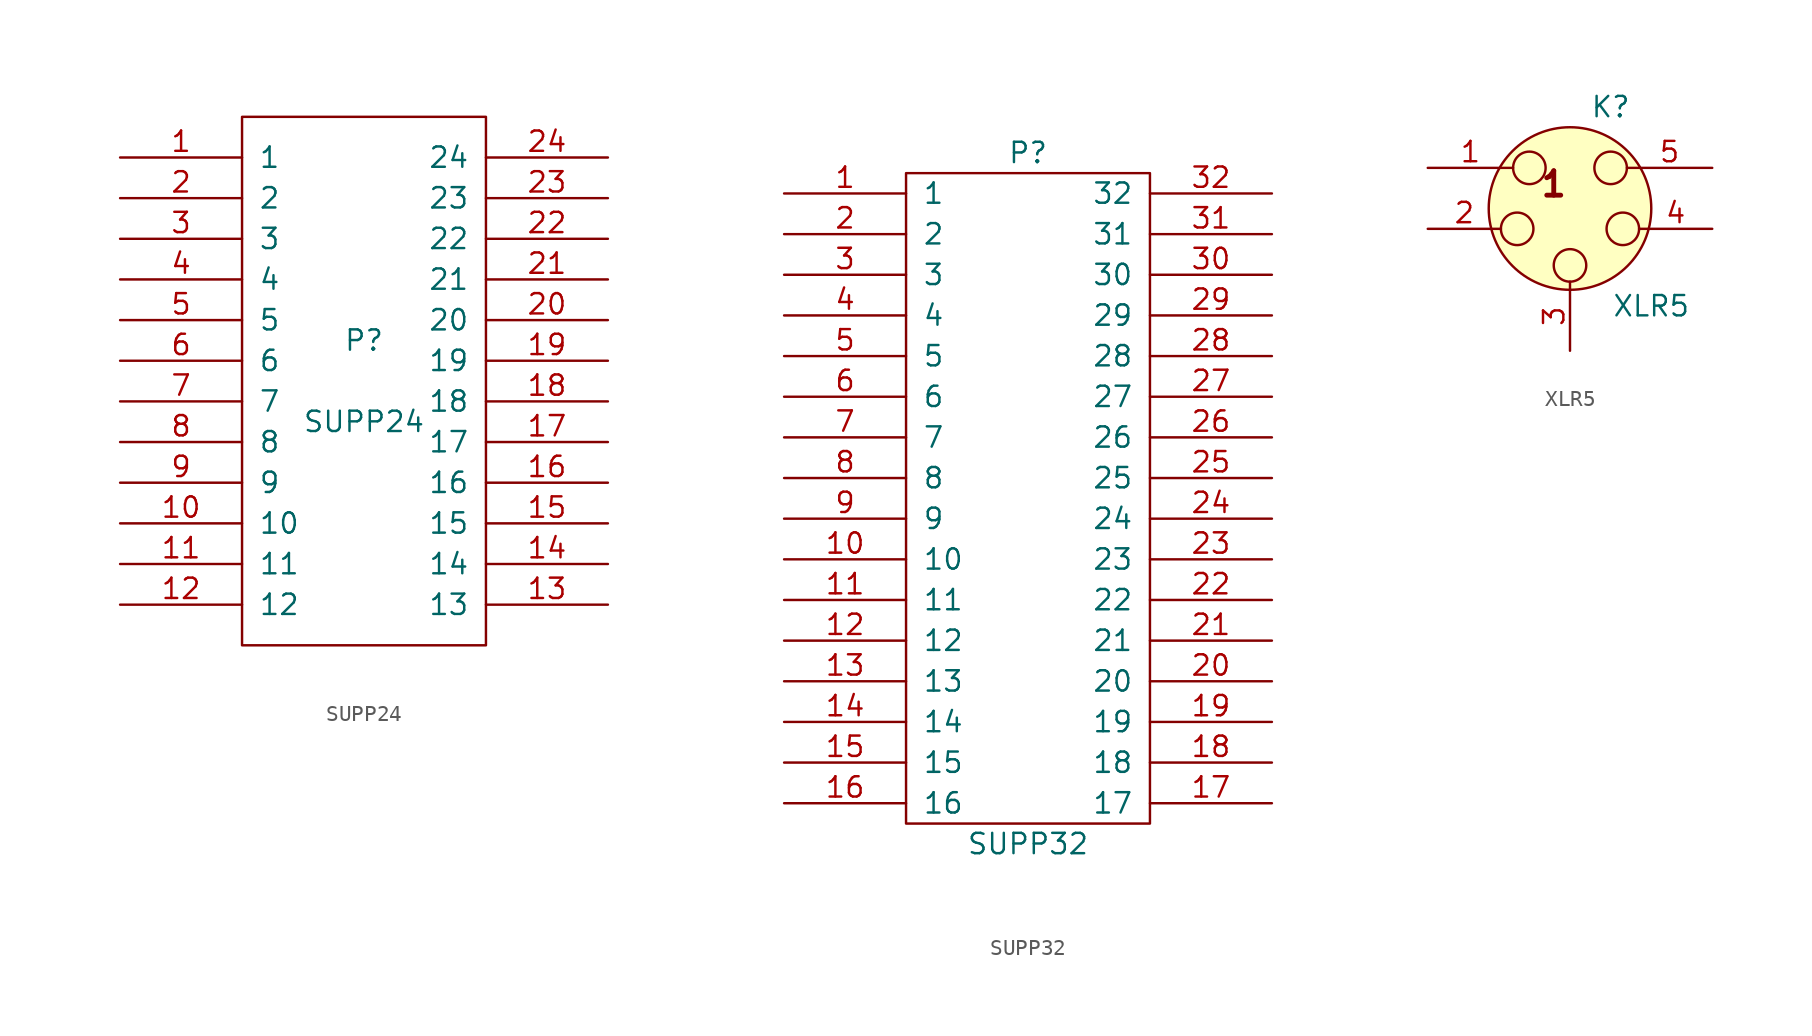
<source format=kicad_sym>
(kicad_symbol_lib
  (version 20231120)
  (generator "kicad_symbol_editor")
  (generator_version "8.0")
  (symbol "SUPP24"
    (pin_names
      (offset 1.016))
    (property "Reference" "P"
      (at 0 2.54 0)
      (effects (font (size 1.27 1.27))))
    (property "Value" "SUPP24"
      (at 0 -2.54 0)
      (effects (font (size 1.27 1.27))))
    (property "Footprint" ""
      (at 0 0 0)
      (effects (font (size 1.27 1.27))))
    (property "Datasheet" ""
      (at 0 0 0)
      (effects (font (size 1.27 1.27))))
    (symbol "SUPP24_0_1"
      (rectangle (start -7.62 -16.51) (end 7.62 16.51) (stroke (width 0) (type solid)) (fill (type none))))
    (symbol "SUPP24_1_1"
      (pin passive line (at -15.24 13.97 0) (length 7.62) (name "1" (effects (font (size 1.27 1.27)))) (number "1" (effects (font (size 1.27 1.27)))))
      (pin passive line (at -15.24 -8.89 0) (length 7.62) (name "10" (effects (font (size 1.27 1.27)))) (number "10" (effects (font (size 1.27 1.27)))))
      (pin passive line (at -15.24 -11.43 0) (length 7.62) (name "11" (effects (font (size 1.27 1.27)))) (number "11" (effects (font (size 1.27 1.27)))))
      (pin passive line (at -15.24 -13.97 0) (length 7.62) (name "12" (effects (font (size 1.27 1.27)))) (number "12" (effects (font (size 1.27 1.27)))))
      (pin passive line (at 15.24 -13.97 180) (length 7.62) (name "13" (effects (font (size 1.27 1.27)))) (number "13" (effects (font (size 1.27 1.27)))))
      (pin passive line (at 15.24 -11.43 180) (length 7.62) (name "14" (effects (font (size 1.27 1.27)))) (number "14" (effects (font (size 1.27 1.27)))))
      (pin passive line (at 15.24 -8.89 180) (length 7.62) (name "15" (effects (font (size 1.27 1.27)))) (number "15" (effects (font (size 1.27 1.27)))))
      (pin passive line (at 15.24 -6.35 180) (length 7.62) (name "16" (effects (font (size 1.27 1.27)))) (number "16" (effects (font (size 1.27 1.27)))))
      (pin passive line (at 15.24 -3.81 180) (length 7.62) (name "17" (effects (font (size 1.27 1.27)))) (number "17" (effects (font (size 1.27 1.27)))))
      (pin passive line (at 15.24 -1.27 180) (length 7.62) (name "18" (effects (font (size 1.27 1.27)))) (number "18" (effects (font (size 1.27 1.27)))))
      (pin passive line (at 15.24 1.27 180) (length 7.62) (name "19" (effects (font (size 1.27 1.27)))) (number "19" (effects (font (size 1.27 1.27)))))
      (pin passive line (at -15.24 11.43 0) (length 7.62) (name "2" (effects (font (size 1.27 1.27)))) (number "2" (effects (font (size 1.27 1.27)))))
      (pin passive line (at 15.24 3.81 180) (length 7.62) (name "20" (effects (font (size 1.27 1.27)))) (number "20" (effects (font (size 1.27 1.27)))))
      (pin passive line (at 15.24 6.35 180) (length 7.62) (name "21" (effects (font (size 1.27 1.27)))) (number "21" (effects (font (size 1.27 1.27)))))
      (pin passive line (at 15.24 8.89 180) (length 7.62) (name "22" (effects (font (size 1.27 1.27)))) (number "22" (effects (font (size 1.27 1.27)))))
      (pin passive line (at 15.24 11.43 180) (length 7.62) (name "23" (effects (font (size 1.27 1.27)))) (number "23" (effects (font (size 1.27 1.27)))))
      (pin passive line (at 15.24 13.97 180) (length 7.62) (name "24" (effects (font (size 1.27 1.27)))) (number "24" (effects (font (size 1.27 1.27)))))
      (pin passive line (at -15.24 8.89 0) (length 7.62) (name "3" (effects (font (size 1.27 1.27)))) (number "3" (effects (font (size 1.27 1.27)))))
      (pin passive line (at -15.24 6.35 0) (length 7.62) (name "4" (effects (font (size 1.27 1.27)))) (number "4" (effects (font (size 1.27 1.27)))))
      (pin passive line (at -15.24 3.81 0) (length 7.62) (name "5" (effects (font (size 1.27 1.27)))) (number "5" (effects (font (size 1.27 1.27)))))
      (pin passive line (at -15.24 1.27 0) (length 7.62) (name "6" (effects (font (size 1.27 1.27)))) (number "6" (effects (font (size 1.27 1.27)))))
      (pin passive line (at -15.24 -1.27 0) (length 7.62) (name "7" (effects (font (size 1.27 1.27)))) (number "7" (effects (font (size 1.27 1.27)))))
      (pin passive line (at -15.24 -3.81 0) (length 7.62) (name "8" (effects (font (size 1.27 1.27)))) (number "8" (effects (font (size 1.27 1.27)))))
      (pin passive line (at -15.24 -6.35 0) (length 7.62) (name "9" (effects (font (size 1.27 1.27)))) (number "9" (effects (font (size 1.27 1.27)))))))
  (symbol "SUPP32"
    (pin_names
      (offset 1.016))
    (property "Reference" "P"
      (at 0 21.59 0)
      (effects (font (size 1.27 1.27))))
    (property "Value" "SUPP32"
      (at 0 -21.59 0)
      (effects (font (size 1.27 1.27))))
    (property "Footprint" ""
      (at 0 0 0)
      (effects (font (size 1.27 1.27))))
    (property "Datasheet" ""
      (at 0 0 0)
      (effects (font (size 1.27 1.27))))
    (symbol "SUPP32_0_1"
      (rectangle (start -7.62 20.32) (end 7.62 -20.32) (stroke (width 0) (type solid)) (fill (type none))))
    (symbol "SUPP32_1_1"
      (pin passive line (at -15.24 19.05 0) (length 7.62) (name "1" (effects (font (size 1.27 1.27)))) (number "1" (effects (font (size 1.27 1.27)))))
      (pin passive line (at -15.24 -3.81 0) (length 7.62) (name "10" (effects (font (size 1.27 1.27)))) (number "10" (effects (font (size 1.27 1.27)))))
      (pin passive line (at -15.24 -6.35 0) (length 7.62) (name "11" (effects (font (size 1.27 1.27)))) (number "11" (effects (font (size 1.27 1.27)))))
      (pin passive line (at -15.24 -8.89 0) (length 7.62) (name "12" (effects (font (size 1.27 1.27)))) (number "12" (effects (font (size 1.27 1.27)))))
      (pin passive line (at -15.24 -11.43 0) (length 7.62) (name "13" (effects (font (size 1.27 1.27)))) (number "13" (effects (font (size 1.27 1.27)))))
      (pin passive line (at -15.24 -13.97 0) (length 7.62) (name "14" (effects (font (size 1.27 1.27)))) (number "14" (effects (font (size 1.27 1.27)))))
      (pin passive line (at -15.24 -16.51 0) (length 7.62) (name "15" (effects (font (size 1.27 1.27)))) (number "15" (effects (font (size 1.27 1.27)))))
      (pin passive line (at -15.24 -19.05 0) (length 7.62) (name "16" (effects (font (size 1.27 1.27)))) (number "16" (effects (font (size 1.27 1.27)))))
      (pin passive line (at 15.24 -19.05 180) (length 7.62) (name "17" (effects (font (size 1.27 1.27)))) (number "17" (effects (font (size 1.27 1.27)))))
      (pin passive line (at 15.24 -16.51 180) (length 7.62) (name "18" (effects (font (size 1.27 1.27)))) (number "18" (effects (font (size 1.27 1.27)))))
      (pin passive line (at 15.24 -13.97 180) (length 7.62) (name "19" (effects (font (size 1.27 1.27)))) (number "19" (effects (font (size 1.27 1.27)))))
      (pin passive line (at -15.24 16.51 0) (length 7.62) (name "2" (effects (font (size 1.27 1.27)))) (number "2" (effects (font (size 1.27 1.27)))))
      (pin passive line (at 15.24 -11.43 180) (length 7.62) (name "20" (effects (font (size 1.27 1.27)))) (number "20" (effects (font (size 1.27 1.27)))))
      (pin passive line (at 15.24 -8.89 180) (length 7.62) (name "21" (effects (font (size 1.27 1.27)))) (number "21" (effects (font (size 1.27 1.27)))))
      (pin passive line (at 15.24 -6.35 180) (length 7.62) (name "22" (effects (font (size 1.27 1.27)))) (number "22" (effects (font (size 1.27 1.27)))))
      (pin passive line (at 15.24 -3.81 180) (length 7.62) (name "23" (effects (font (size 1.27 1.27)))) (number "23" (effects (font (size 1.27 1.27)))))
      (pin passive line (at 15.24 -1.27 180) (length 7.62) (name "24" (effects (font (size 1.27 1.27)))) (number "24" (effects (font (size 1.27 1.27)))))
      (pin passive line (at 15.24 1.27 180) (length 7.62) (name "25" (effects (font (size 1.27 1.27)))) (number "25" (effects (font (size 1.27 1.27)))))
      (pin passive line (at 15.24 3.81 180) (length 7.62) (name "26" (effects (font (size 1.27 1.27)))) (number "26" (effects (font (size 1.27 1.27)))))
      (pin passive line (at 15.24 6.35 180) (length 7.62) (name "27" (effects (font (size 1.27 1.27)))) (number "27" (effects (font (size 1.27 1.27)))))
      (pin passive line (at 15.24 8.89 180) (length 7.62) (name "28" (effects (font (size 1.27 1.27)))) (number "28" (effects (font (size 1.27 1.27)))))
      (pin passive line (at 15.24 11.43 180) (length 7.62) (name "29" (effects (font (size 1.27 1.27)))) (number "29" (effects (font (size 1.27 1.27)))))
      (pin passive line (at -15.24 13.97 0) (length 7.62) (name "3" (effects (font (size 1.27 1.27)))) (number "3" (effects (font (size 1.27 1.27)))))
      (pin passive line (at 15.24 13.97 180) (length 7.62) (name "30" (effects (font (size 1.27 1.27)))) (number "30" (effects (font (size 1.27 1.27)))))
      (pin passive line (at 15.24 16.51 180) (length 7.62) (name "31" (effects (font (size 1.27 1.27)))) (number "31" (effects (font (size 1.27 1.27)))))
      (pin passive line (at 15.24 19.05 180) (length 7.62) (name "32" (effects (font (size 1.27 1.27)))) (number "32" (effects (font (size 1.27 1.27)))))
      (pin passive line (at -15.24 11.43 0) (length 7.62) (name "4" (effects (font (size 1.27 1.27)))) (number "4" (effects (font (size 1.27 1.27)))))
      (pin passive line (at -15.24 8.89 0) (length 7.62) (name "5" (effects (font (size 1.27 1.27)))) (number "5" (effects (font (size 1.27 1.27)))))
      (pin passive line (at -15.24 6.35 0) (length 7.62) (name "6" (effects (font (size 1.27 1.27)))) (number "6" (effects (font (size 1.27 1.27)))))
      (pin passive line (at -15.24 3.81 0) (length 7.62) (name "7" (effects (font (size 1.27 1.27)))) (number "7" (effects (font (size 1.27 1.27)))))
      (pin passive line (at -15.24 1.27 0) (length 7.62) (name "8" (effects (font (size 1.27 1.27)))) (number "8" (effects (font (size 1.27 1.27)))))
      (pin passive line (at -15.24 -1.27 0) (length 7.62) (name "9" (effects (font (size 1.27 1.27)))) (number "9" (effects (font (size 1.27 1.27)))))))
  (symbol "XLR5"
    (pin_names
      (offset 0.762) hide)
    (property "Reference" "K"
      (at 2.54 6.35 0)
      (effects (font (size 1.27 1.27))))
    (property "Value" "XLR5"
      (at 5.08 -6.096 0)
      (effects (font (size 1.27 1.27))))
    (property "Footprint" ""
      (at 0 0 0)
      (effects (font (size 1.27 1.27))))
    (property "Datasheet" ""
      (at 0 0 0)
      (effects (font (size 1.27 1.27))))
    (symbol "XLR5_0_1"
      (circle (center -3.302 -1.27) (radius 1.016) (stroke (width 0) (type solid)) (fill (type none)))
      (circle (center -2.54 2.54) (radius 1.016) (stroke (width 0) (type solid)) (fill (type none)))
      (circle (center 0 -3.556) (radius 1.016) (stroke (width 0) (type solid)) (fill (type none)))
      (circle (center 0 0) (radius 5.08) (stroke (width 0) (type solid)) (fill (type background)))
      (circle (center 2.54 2.54) (radius 1.016) (stroke (width 0) (type solid)) (fill (type none)))
      (circle (center 3.302 -1.27) (radius 1.016) (stroke (width 0) (type solid)) (fill (type none)))
      (text "1" (at -1.016 1.524 0) (effects (font (size 1.524 1.524) (bold yes)))))
    (symbol "XLR5_1_1"
      (pin passive line (at -8.89 2.54 0) (length 5.334) (name "P1" (effects (font (size 1.27 1.27)))) (number "1" (effects (font (size 1.27 1.27)))))
      (pin passive line (at -8.89 -1.27 0) (length 4.572) (name "P2" (effects (font (size 1.27 1.27)))) (number "2" (effects (font (size 1.27 1.27)))))
      (pin passive line (at 0 -8.89 90) (length 4.318) (name "P3" (effects (font (size 1.27 1.27)))) (number "3" (effects (font (size 1.27 1.27)))))
      (pin passive line (at 8.89 -1.27 180) (length 4.572) (name "P3" (effects (font (size 1.27 1.27)))) (number "4" (effects (font (size 1.27 1.27)))))
      (pin passive line (at 8.89 2.54 180) (length 5.334) (name "P5" (effects (font (size 1.27 1.27)))) (number "5" (effects (font (size 1.27 1.27))))))))
</source>
